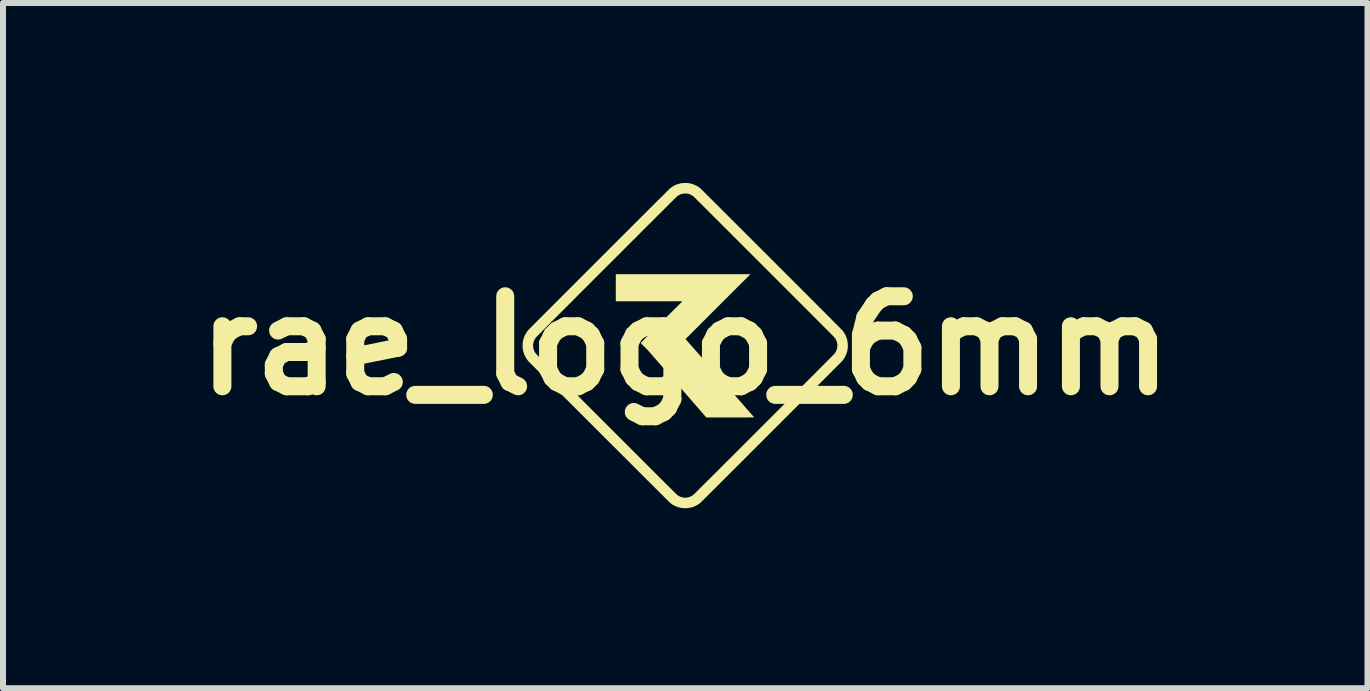
<source format=kicad_pcb>
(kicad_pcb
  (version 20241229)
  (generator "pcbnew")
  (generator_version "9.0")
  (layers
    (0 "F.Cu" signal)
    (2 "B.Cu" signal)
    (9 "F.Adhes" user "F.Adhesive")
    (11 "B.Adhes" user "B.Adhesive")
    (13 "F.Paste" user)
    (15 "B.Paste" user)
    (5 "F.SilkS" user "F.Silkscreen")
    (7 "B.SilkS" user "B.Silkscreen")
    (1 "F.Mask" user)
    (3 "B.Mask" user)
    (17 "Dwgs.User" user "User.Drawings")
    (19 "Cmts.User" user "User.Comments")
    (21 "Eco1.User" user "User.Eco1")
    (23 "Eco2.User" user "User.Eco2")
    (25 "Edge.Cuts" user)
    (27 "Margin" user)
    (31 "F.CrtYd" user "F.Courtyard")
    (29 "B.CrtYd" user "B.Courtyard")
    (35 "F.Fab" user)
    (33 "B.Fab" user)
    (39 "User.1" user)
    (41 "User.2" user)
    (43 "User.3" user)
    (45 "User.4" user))
  (footprint "rae_logo_6mm"
    (layer "F.Cu")
    (at 8.371 2.71)
    (property "Reference" "rae_logo_6mm" (at 0 0 0) (layer "F.SilkS") (effects (font (size 1.5 1.5) (thickness 0.3))))
    (attr board_only exclude_from_pos_files exclude_from_bom)
    (fp_poly (pts (xy 0.546 -0.65) (xy 0.005 -0.109) (xy 0.576 0.542) (xy 0.606 0.577) (xy 0.636 0.61) (xy 0.665 0.644) (xy 0.694 0.676) (xy 0.722 0.709) (xy 0.75 0.74) (xy 0.777 0.771) (xy 0.803 0.801) (xy 0.829 0.831) (xy 0.854 0.859) (xy 0.878 0.887) (xy 0.902 0.914) (xy 0.925 0.94) (xy 0.947 0.965) (xy 0.968 0.989) (xy 0.988 1.012) (xy 1.007 1.034) (xy 1.025 1.054) (xy 1.042 1.074) (xy 1.058 1.092) (xy 1.072 1.108) (xy 1.086 1.124) (xy 1.098 1.138) (xy 1.109 1.151) (xy 1.119 1.162) (xy 1.128 1.172) (xy 1.135 1.18) (xy 1.14 1.186) (xy 1.145 1.191) (xy 1.147 1.194) (xy 1.148 1.195) (xy 1.148 1.196) (xy 1.149 1.196) (xy 1.148 1.196) (xy 1.148 1.196) (xy 1.147 1.196) (xy 1.146 1.196) (xy 1.144 1.197) (xy 1.142 1.197) (xy 1.139 1.197) (xy 1.135 1.197) (xy 1.13 1.197) (xy 1.125 1.197) (xy 1.118 1.197) (xy 1.111 1.197) (xy 1.102 1.197) (xy 1.093 1.197) (xy 1.081 1.197) (xy 1.069 1.197) (xy 1.055 1.197) (xy 1.04 1.198) (xy 1.023 1.198) (xy 1.005 1.198) (xy 0.984 1.198) (xy 0.962 1.198) (xy 0.938 1.198) (xy 0.913 1.198) (xy 0.885 1.198) (xy 0.855 1.198) (xy 0.823 1.198) (xy 0.788 1.198) (xy 0.752 1.198) (xy 0.75 1.198) (xy 0.351 1.198) (xy -0.136 0.637) (xy -0.623 0.077) (xy -0.683 0.017) (xy -0.743 -0.043) (xy -0.395 -0.391) (xy -0.046 -0.739) (xy -0.602 -0.739) (xy -1.157 -0.739) (xy -1.157 -0.965) (xy -1.157 -1.19) (xy -0.035 -1.19) (xy 1.087 -1.19)) (stroke (width 0) (type solid)) (fill yes) (layer "F.SilkS"))
    (fp_poly (pts (xy 0.013 -2.71) (xy 0.023 -2.71) (xy 0.032 -2.71) (xy 0.04 -2.709) (xy 0.043 -2.709) (xy 0.075 -2.704) (xy 0.105 -2.697) (xy 0.135 -2.687) (xy 0.163 -2.676) (xy 0.19 -2.663) (xy 0.217 -2.647) (xy 0.242 -2.629) (xy 0.249 -2.624) (xy 0.25 -2.622) (xy 0.254 -2.619) (xy 0.258 -2.615) (xy 0.265 -2.609) (xy 0.273 -2.601) (xy 0.282 -2.592) (xy 0.293 -2.581) (xy 0.305 -2.569) (xy 0.319 -2.555) (xy 0.334 -2.54) (xy 0.35 -2.524) (xy 0.368 -2.506) (xy 0.387 -2.487) (xy 0.407 -2.467) (xy 0.428 -2.446) (xy 0.451 -2.424) (xy 0.474 -2.4) (xy 0.499 -2.376) (xy 0.524 -2.35) (xy 0.551 -2.324) (xy 0.578 -2.297) (xy 0.607 -2.268) (xy 0.636 -2.239) (xy 0.666 -2.209) (xy 0.697 -2.178) (xy 0.729 -2.146) (xy 0.761 -2.114) (xy 0.794 -2.081) (xy 0.828 -2.047) (xy 0.862 -2.013) (xy 0.897 -1.978) (xy 0.933 -1.943) (xy 0.969 -1.907) (xy 1.005 -1.87) (xy 1.042 -1.834) (xy 1.079 -1.796) (xy 1.117 -1.759) (xy 1.155 -1.721) (xy 1.193 -1.683) (xy 1.231 -1.644) (xy 1.27 -1.606) (xy 1.309 -1.567) (xy 1.348 -1.528) (xy 1.387 -1.489) (xy 1.426 -1.45) (xy 1.465 -1.411) (xy 1.504 -1.372) (xy 1.542 -1.333) (xy 1.581 -1.294) (xy 1.62 -1.256) (xy 1.658 -1.217) (xy 1.697 -1.179) (xy 1.735 -1.141) (xy 1.773 -1.103) (xy 1.81 -1.066) (xy 1.847 -1.029) (xy 1.884 -0.992) (xy 1.92 -0.956) (xy 1.956 -0.92) (xy 1.991 -0.885) (xy 2.026 -0.85) (xy 2.06 -0.816) (xy 2.093 -0.782) (xy 2.126 -0.749) (xy 2.158 -0.717) (xy 2.189 -0.686) (xy 2.22 -0.655) (xy 2.25 -0.625) (xy 2.279 -0.596) (xy 2.307 -0.568) (xy 2.334 -0.541) (xy 2.36 -0.515) (xy 2.385 -0.49) (xy 2.409 -0.465) (xy 2.432 -0.442) (xy 2.454 -0.42) (xy 2.475 -0.399) (xy 2.494 -0.38) (xy 2.513 -0.361) (xy 2.53 -0.344) (xy 2.546 -0.328) (xy 2.56 -0.314) (xy 2.573 -0.3) (xy 2.585 -0.289) (xy 2.595 -0.278) (xy 2.604 -0.27) (xy 2.611 -0.262) (xy 2.617 -0.256) (xy 2.621 -0.252) (xy 2.623 -0.25) (xy 2.624 -0.249) (xy 2.642 -0.223) (xy 2.659 -0.197) (xy 2.673 -0.17) (xy 2.685 -0.142) (xy 2.695 -0.113) (xy 2.702 -0.083) (xy 2.707 -0.053) (xy 2.71 -0.022) (xy 2.71 -0.011) (xy 2.71 0.02) (xy 2.708 0.05) (xy 2.703 0.08) (xy 2.696 0.11) (xy 2.686 0.139) (xy 2.674 0.167) (xy 2.66 0.194) (xy 2.644 0.221) (xy 2.626 0.246) (xy 2.624 0.249) (xy 2.622 0.25) (xy 2.619 0.254) (xy 2.615 0.258) (xy 2.609 0.265) (xy 2.601 0.273) (xy 2.592 0.282) (xy 2.581 0.293) (xy 2.569 0.305) (xy 2.555 0.319) (xy 2.54 0.334) (xy 2.524 0.35) (xy 2.506 0.368) (xy 2.487 0.387) (xy 2.467 0.407) (xy 2.446 0.428) (xy 2.424 0.451) (xy 2.401 0.474) (xy 2.376 0.499) (xy 2.351 0.524) (xy 2.324 0.551) (xy 2.297 0.578) (xy 2.268 0.607) (xy 2.239 0.636) (xy 2.209 0.666) (xy 2.178 0.697) (xy 2.146 0.729) (xy 2.114 0.761) (xy 2.081 0.794) (xy 2.047 0.828) (xy 2.013 0.862) (xy 1.978 0.897) (xy 1.943 0.933) (xy 1.907 0.969) (xy 1.87 1.005) (xy 1.834 1.042) (xy 1.796 1.079) (xy 1.759 1.117) (xy 1.721 1.155) (xy 1.683 1.193) (xy 1.644 1.231) (xy 1.606 1.27) (xy 1.567 1.309) (xy 1.528 1.347) (xy 1.489 1.386) (xy 1.45 1.425) (xy 1.411 1.464) (xy 1.372 1.503) (xy 1.333 1.542) (xy 1.295 1.581) (xy 1.256 1.62) (xy 1.217 1.658) (xy 1.179 1.697) (xy 1.141 1.735) (xy 1.103 1.772) (xy 1.066 1.81) (xy 1.029 1.847) (xy 0.992 1.884) (xy 0.956 1.92) (xy 0.92 1.956) (xy 0.885 1.991) (xy 0.85 2.025) (xy 0.816 2.06) (xy 0.782 2.093) (xy 0.749 2.126) (xy 0.717 2.158) (xy 0.686 2.189) (xy 0.655 2.22) (xy 0.625 2.25) (xy 0.596 2.279) (xy 0.568 2.307) (xy 0.541 2.334) (xy 0.515 2.36) (xy 0.49 2.385) (xy 0.465 2.409) (xy 0.442 2.432) (xy 0.42 2.454) (xy 0.399 2.475) (xy 0.38 2.494) (xy 0.361 2.513) (xy 0.344 2.53) (xy 0.328 2.546) (xy 0.314 2.56) (xy 0.301 2.573) (xy 0.289 2.585) (xy 0.278 2.595) (xy 0.27 2.604) (xy 0.262 2.611) (xy 0.256 2.617) (xy 0.252 2.621) (xy 0.25 2.623) (xy 0.249 2.624) (xy 0.224 2.642) (xy 0.197 2.659) (xy 0.17 2.673) (xy 0.142 2.685) (xy 0.113 2.695) (xy 0.083 2.702) (xy 0.052 2.707) (xy 0.032 2.71) (xy 0.026 2.71) (xy 0.018 2.71) (xy 0.009 2.711) (xy -0.000387 2.711) (xy -0.009 2.711) (xy -0.018 2.711) (xy -0.024 2.71) (xy -0.027 2.71) (xy -0.059 2.706) (xy -0.089 2.701) (xy -0.118 2.693) (xy -0.147 2.683) (xy -0.174 2.671) (xy -0.201 2.657) (xy -0.227 2.64) (xy -0.251 2.622) (xy -0.252 2.621) (xy -0.255 2.618) (xy -0.26 2.614) (xy -0.266 2.608) (xy -0.273 2.6) (xy -0.282 2.591) (xy -0.293 2.581) (xy -0.305 2.569) (xy -0.319 2.555) (xy -0.334 2.54) (xy -0.35 2.524) (xy -0.367 2.507) (xy -0.386 2.488) (xy -0.406 2.469) (xy -0.427 2.448) (xy -0.449 2.425) (xy -0.472 2.402) (xy -0.497 2.378) (xy -0.522 2.352) (xy -0.548 2.326) (xy -0.576 2.299) (xy -0.604 2.271) (xy -0.633 2.242) (xy -0.663 2.212) (xy -0.694 2.181) (xy -0.725 2.15) (xy -0.758 2.117) (xy -0.79 2.085) (xy -0.824 2.051) (xy -0.858 2.017) (xy -0.893 1.982) (xy -0.928 1.947) (xy -0.964 1.911) (xy -1 1.875) (xy -1.037 1.838) (xy -1.074 1.801) (xy -1.111 1.764) (xy -1.149 1.726) (xy -1.187 1.688) (xy -1.225 1.65) (xy -1.264 1.612) (xy -1.302 1.573) (xy -1.341 1.535) (xy -1.38 1.496) (xy -1.419 1.457) (xy -1.458 1.418) (xy -1.497 1.379) (xy -1.535 1.341) (xy -1.574 1.302) (xy -1.613 1.263) (xy -1.651 1.225) (xy -1.689 1.187) (xy -1.727 1.149) (xy -1.765 1.111) (xy -1.802 1.074) (xy -1.839 1.037) (xy -1.875 1.001) (xy -1.912 0.964) (xy -1.947 0.929) (xy -1.982 0.894) (xy -2.017 0.859) (xy -2.051 0.825) (xy -2.084 0.792) (xy -2.117 0.759) (xy -2.149 0.727) (xy -2.18 0.696) (xy -2.211 0.665) (xy -2.24 0.636) (xy -2.269 0.607) (xy -2.297 0.579) (xy -2.324 0.552) (xy -2.35 0.526) (xy -2.375 0.5) (xy -2.399 0.476) (xy -2.422 0.453) (xy -2.444 0.431) (xy -2.465 0.411) (xy -2.484 0.391) (xy -2.503 0.373) (xy -2.52 0.356) (xy -2.535 0.34) (xy -2.55 0.326) (xy -2.563 0.312) (xy -2.574 0.301) (xy -2.585 0.29) (xy -2.593 0.282) (xy -2.6 0.274) (xy -2.606 0.269) (xy -2.61 0.265) (xy -2.612 0.262) (xy -2.613 0.262) (xy -2.632 0.238) (xy -2.65 0.212) (xy -2.665 0.186) (xy -2.678 0.159) (xy -2.689 0.13) (xy -2.698 0.1) (xy -2.705 0.069) (xy -2.709 0.043) (xy -2.709 0.036) (xy -2.71 0.027) (xy -2.71 0.017) (xy -2.71 0.011) (xy -2.535 0.011) (xy -2.533 0.032) (xy -2.528 0.054) (xy -2.522 0.075) (xy -2.513 0.096) (xy -2.502 0.116) (xy -2.488 0.135) (xy -2.488 0.136) (xy -2.487 0.137) (xy -2.484 0.14) (xy -2.479 0.145) (xy -2.473 0.151) (xy -2.465 0.159) (xy -2.455 0.169) (xy -2.444 0.181) (xy -2.431 0.194) (xy -2.416 0.208) (xy -2.4 0.225) (xy -2.382 0.243) (xy -2.362 0.263) (xy -2.341 0.284) (xy -2.318 0.307) (xy -2.293 0.332) (xy -2.267 0.358) (xy -2.239 0.386) (xy -2.21 0.415) (xy -2.179 0.447) (xy -2.146 0.479) (xy -2.112 0.514) (xy -2.076 0.55) (xy -2.039 0.587) (xy -1.999 0.626) (xy -1.959 0.667) (xy -1.917 0.709) (xy -1.873 0.753) (xy -1.827 0.798) (xy -1.78 0.845) (xy -1.732 0.894) (xy -1.682 0.944) (xy -1.63 0.996) (xy -1.577 1.049) (xy -1.522 1.104) (xy -1.466 1.16) (xy -1.408 1.218) (xy -1.349 1.277) (xy -1.312 1.314) (xy -1.257 1.369) (xy -1.203 1.423) (xy -1.15 1.476) (xy -1.099 1.527) (xy -1.05 1.576) (xy -1.003 1.623) (xy -0.957 1.669) (xy -0.912 1.714) (xy -0.869 1.757) (xy -0.828 1.798) (xy -0.787 1.838) (xy -0.749 1.877) (xy -0.712 1.914) (xy -0.676 1.95) (xy -0.642 1.984) (xy -0.609 2.017) (xy -0.577 2.049) (xy -0.547 2.079) (xy -0.518 2.108) (xy -0.49 2.136) (xy -0.463 2.162) (xy -0.438 2.188) (xy -0.414 2.212) (xy -0.391 2.235) (xy -0.369 2.256) (xy -0.348 2.277) (xy -0.329 2.297) (xy -0.31 2.315) (xy -0.293 2.332) (xy -0.276 2.349) (xy -0.261 2.364) (xy -0.247 2.378) (xy -0.233 2.391) (xy -0.221 2.404) (xy -0.209 2.415) (xy -0.199 2.426) (xy -0.189 2.435) (xy -0.18 2.444) (xy -0.172 2.452) (xy -0.165 2.459) (xy -0.159 2.465) (xy -0.153 2.471) (xy -0.148 2.476) (xy -0.144 2.48) (xy -0.14 2.483) (xy -0.138 2.486) (xy -0.136 2.488) (xy -0.134 2.489) (xy -0.133 2.49) (xy -0.133 2.49) (xy -0.123 2.497) (xy -0.113 2.503) (xy -0.103 2.509) (xy -0.093 2.514) (xy -0.093 2.514) (xy -0.072 2.523) (xy -0.05 2.529) (xy -0.028 2.534) (xy -0.006 2.535) (xy 0.017 2.535) (xy 0.02 2.534) (xy 0.042 2.531) (xy 0.064 2.525) (xy 0.085 2.518) (xy 0.106 2.507) (xy 0.126 2.495) (xy 0.136 2.488) (xy 0.137 2.487) (xy 0.14 2.484) (xy 0.144 2.479) (xy 0.151 2.473) (xy 0.158 2.466) (xy 0.168 2.457) (xy 0.178 2.446) (xy 0.19 2.434) (xy 0.204 2.421) (xy 0.219 2.406) (xy 0.235 2.39) (xy 0.252 2.372) (xy 0.271 2.354) (xy 0.291 2.334) (xy 0.312 2.313) (xy 0.335 2.29) (xy 0.358 2.267) (xy 0.382 2.243) (xy 0.408 2.218) (xy 0.434 2.191) (xy 0.461 2.164) (xy 0.49 2.136) (xy 0.519 2.107) (xy 0.549 2.077) (xy 0.58 2.046) (xy 0.611 2.015) (xy 0.643 1.982) (xy 0.676 1.949) (xy 0.71 1.916) (xy 0.744 1.882) (xy 0.779 1.847) (xy 0.814 1.812) (xy 0.85 1.776) (xy 0.886 1.74) (xy 0.923 1.703) (xy 0.96 1.666) (xy 0.997 1.629) (xy 1.035 1.591) (xy 1.073 1.553) (xy 1.111 1.515) (xy 1.149 1.477) (xy 1.188 1.438) (xy 1.226 1.4) (xy 1.265 1.361) (xy 1.304 1.322) (xy 1.343 1.283) (xy 1.382 1.245) (xy 1.42 1.206) (xy 1.459 1.167) (xy 1.497 1.129) (xy 1.536 1.09) (xy 1.574 1.052) (xy 1.611 1.015) (xy 1.649 0.977) (xy 1.686 0.94) (xy 1.723 0.903) (xy 1.759 0.867) (xy 1.795 0.831) (xy 1.831 0.795) (xy 1.866 0.76) (xy 1.9 0.726) (xy 1.934 0.692) (xy 1.967 0.659) (xy 2 0.626) (xy 2.031 0.594) (xy 2.062 0.563) (xy 2.093 0.533) (xy 2.122 0.503) (xy 2.151 0.475) (xy 2.179 0.447) (xy 2.205 0.42) (xy 2.231 0.394) (xy 2.256 0.369) (xy 2.28 0.345) (xy 2.302 0.323) (xy 2.324 0.301) (xy 2.344 0.28) (xy 2.364 0.261) (xy 2.382 0.243) (xy 2.398 0.226) (xy 2.414 0.211) (xy 2.428 0.197) (xy 2.441 0.184) (xy 2.452 0.172) (xy 2.462 0.162) (xy 2.47 0.154) (xy 2.477 0.147) (xy 2.482 0.142) (xy 2.486 0.138) (xy 2.488 0.136) (xy 2.488 0.136) (xy 2.501 0.117) (xy 2.512 0.097) (xy 2.521 0.077) (xy 2.528 0.056) (xy 2.533 0.035) (xy 2.535 0.013) (xy 2.535 -0.008) (xy 2.535 -0.016) (xy 2.532 -0.038) (xy 2.527 -0.059) (xy 2.521 -0.079) (xy 2.512 -0.098) (xy 2.501 -0.117) (xy 2.49 -0.133) (xy 2.489 -0.134) (xy 2.488 -0.136) (xy 2.486 -0.138) (xy 2.483 -0.14) (xy 2.48 -0.144) (xy 2.476 -0.148) (xy 2.471 -0.153) (xy 2.466 -0.158) (xy 2.459 -0.165) (xy 2.452 -0.172) (xy 2.444 -0.18) (xy 2.436 -0.189) (xy 2.426 -0.198) (xy 2.416 -0.209) (xy 2.404 -0.221) (xy 2.392 -0.233) (xy 2.379 -0.246) (xy 2.364 -0.261) (xy 2.349 -0.276) (xy 2.333 -0.292) (xy 2.315 -0.31) (xy 2.297 -0.328) (xy 2.278 -0.348) (xy 2.257 -0.368) (xy 2.235 -0.39) (xy 2.212 -0.413) (xy 2.188 -0.437) (xy 2.163 -0.462) (xy 2.137 -0.489) (xy 2.109 -0.517) (xy 2.08 -0.546) (xy 2.05 -0.576) (xy 2.018 -0.608) (xy 1.985 -0.641) (xy 1.951 -0.675) (xy 1.915 -0.711) (xy 1.878 -0.748) (xy 1.84 -0.786) (xy 1.8 -0.826) (xy 1.758 -0.868) (xy 1.715 -0.911) (xy 1.671 -0.955) (xy 1.625 -1.001) (xy 1.577 -1.049) (xy 1.528 -1.098) (xy 1.477 -1.149) (xy 1.425 -1.201) (xy 1.371 -1.255) (xy 1.315 -1.311) (xy 1.314 -1.312) (xy 1.253 -1.373) (xy 1.195 -1.431) (xy 1.137 -1.489) (xy 1.082 -1.544) (xy 1.027 -1.598) (xy 0.975 -1.651) (xy 0.924 -1.702) (xy 0.874 -1.752) (xy 0.826 -1.799) (xy 0.78 -1.846) (xy 0.735 -1.891) (xy 0.692 -1.934) (xy 0.65 -1.975) (xy 0.61 -2.015) (xy 0.572 -2.054) (xy 0.535 -2.091) (xy 0.5 -2.126) (xy 0.466 -2.159) (xy 0.434 -2.191) (xy 0.403 -2.222) (xy 0.375 -2.251) (xy 0.347 -2.278) (xy 0.322 -2.303) (xy 0.298 -2.327) (xy 0.275 -2.35) (xy 0.255 -2.37) (xy 0.236 -2.389) (xy 0.218 -2.406) (xy 0.202 -2.422) (xy 0.188 -2.436) (xy 0.176 -2.449) (xy 0.165 -2.459) (xy 0.156 -2.468) (xy 0.148 -2.476) (xy 0.143 -2.481) (xy 0.139 -2.485) (xy 0.136 -2.487) (xy 0.136 -2.488) (xy 0.116 -2.501) (xy 0.096 -2.513) (xy 0.075 -2.522) (xy 0.054 -2.529) (xy 0.032 -2.533) (xy 0.01 -2.535) (xy -0.013 -2.535) (xy -0.036 -2.532) (xy -0.037 -2.532) (xy -0.058 -2.527) (xy -0.078 -2.521) (xy -0.098 -2.512) (xy -0.118 -2.5) (xy -0.131 -2.491) (xy -0.132 -2.491) (xy -0.133 -2.49) (xy -0.134 -2.488) (xy -0.136 -2.487) (xy -0.139 -2.485) (xy -0.141 -2.482) (xy -0.145 -2.479) (xy -0.148 -2.475) (xy -0.152 -2.471) (xy -0.157 -2.467) (xy -0.163 -2.461) (xy -0.169 -2.456) (xy -0.175 -2.449) (xy -0.182 -2.442) (xy -0.19 -2.434) (xy -0.199 -2.426) (xy -0.208 -2.416) (xy -0.218 -2.406) (xy -0.229 -2.396) (xy -0.241 -2.384) (xy -0.253 -2.372) (xy -0.267 -2.358) (xy -0.281 -2.344) (xy -0.296 -2.329) (xy -0.312 -2.313) (xy -0.329 -2.296) (xy -0.347 -2.278) (xy -0.366 -2.259) (xy -0.386 -2.239) (xy -0.407 -2.218) (xy -0.429 -2.196) (xy -0.453 -2.173) (xy -0.477 -2.149) (xy -0.503 -2.123) (xy -0.529 -2.096) (xy -0.557 -2.068) (xy -0.586 -2.039) (xy -0.617 -2.009) (xy -0.649 -1.977) (xy -0.682 -1.944) (xy -0.716 -1.91) (xy -0.752 -1.874) (xy -0.789 -1.837) (xy -0.827 -1.798) (xy -0.867 -1.759) (xy -0.909 -1.717) (xy -0.952 -1.674) (xy -0.996 -1.63) (xy -1.042 -1.584) (xy -1.089 -1.536) (xy -1.139 -1.487) (xy -1.189 -1.437) (xy -1.242 -1.384) (xy -1.296 -1.33) (xy -1.312 -1.314) (xy -1.372 -1.254) (xy -1.431 -1.195) (xy -1.488 -1.138) (xy -1.544 -1.082) (xy -1.598 -1.028) (xy -1.651 -0.975) (xy -1.702 -0.924) (xy -1.751 -0.875) (xy -1.799 -0.827) (xy -1.845 -0.78) (xy -1.89 -0.735) (xy -1.933 -0.692) (xy -1.975 -0.651) (xy -2.015 -0.61) (xy -2.054 -0.572) (xy -2.09 -0.535) (xy -2.126 -0.5) (xy -2.159 -0.466) (xy -2.191 -0.434) (xy -2.222 -0.404) (xy -2.251 -0.375) (xy -2.278 -0.347) (xy -2.303 -0.322) (xy -2.327 -0.298) (xy -2.349 -0.275) (xy -2.37 -0.255) (xy -2.389 -0.236) (xy -2.406 -0.218) (xy -2.422 -0.202) (xy -2.436 -0.188) (xy -2.448 -0.176) (xy -2.459 -0.165) (xy -2.468 -0.156) (xy -2.476 -0.148) (xy -2.481 -0.143) (xy -2.485 -0.139) (xy -2.487 -0.136) (xy -2.488 -0.136) (xy -2.501 -0.116) (xy -2.513 -0.096) (xy -2.522 -0.075) (xy -2.528 -0.054) (xy -2.533 -0.033) (xy -2.535 -0.011) (xy -2.535 0.011) (xy -2.71 0.011) (xy -2.71 0.005) (xy -2.71 -0.006) (xy -2.71 -0.018) (xy -2.71 -0.029) (xy -2.709 -0.038) (xy -2.708 -0.046) (xy -2.708 -0.049) (xy -2.703 -0.08) (xy -2.695 -0.11) (xy -2.686 -0.14) (xy -2.674 -0.168) (xy -2.66 -0.195) (xy -2.644 -0.221) (xy -2.626 -0.246) (xy -2.614 -0.261) (xy -2.613 -0.262) (xy -2.61 -0.265) (xy -2.605 -0.269) (xy -2.599 -0.276) (xy -2.591 -0.283) (xy -2.582 -0.293) (xy -2.571 -0.304) (xy -2.559 -0.316) (xy -2.545 -0.33) (xy -2.53 -0.345) (xy -2.514 -0.362) (xy -2.496 -0.379) (xy -2.476 -0.399) (xy -2.456 -0.419) (xy -2.434 -0.441) (xy -2.411 -0.464) (xy -2.387 -0.488) (xy -2.362 -0.514) (xy -2.335 -0.54) (xy -2.307 -0.568) (xy -2.279 -0.597) (xy -2.249 -0.627) (xy -2.218 -0.657) (xy -2.186 -0.689) (xy -2.154 -0.722) (xy -2.12 -0.756) (xy -2.086 -0.79) (xy -2.05 -0.826) (xy -2.014 -0.862) (xy -1.977 -0.899) (xy -1.939 -0.937) (xy -1.901 -0.975) (xy -1.861 -1.014) (xy -1.822 -1.054) (xy -1.781 -1.095) (xy -1.74 -1.136) (xy -1.698 -1.178) (xy -1.656 -1.22) (xy -1.613 -1.263) (xy -1.57 -1.306) (xy -1.526 -1.35) (xy -1.482 -1.394) (xy -1.437 -1.439) (xy -1.433 -1.443) (xy -1.375 -1.501) (xy -1.319 -1.556) (xy -1.265 -1.611) (xy -1.213 -1.663) (xy -1.162 -1.714) (xy -1.113 -1.763) (xy -1.065 -1.811) (xy -1.019 -1.857) (xy -0.974 -1.901) (xy -0.931 -1.944) (xy -0.89 -1.986) (xy -0.85 -2.026) (xy -0.811 -2.064) (xy -0.774 -2.101) (xy -0.738 -2.137) (xy -0.704 -2.171) (xy -0.671 -2.204) (xy -0.64 -2.235) (xy -0.61 -2.265) (xy -0.581 -2.294) (xy -0.554 -2.321) (xy -0.528 -2.347) (xy -0.503 -2.372) (xy -0.479 -2.396) (xy -0.457 -2.418) (xy -0.436 -2.439) (xy -0.416 -2.458) (xy -0.398 -2.477) (xy -0.38 -2.494) (xy -0.364 -2.51) (xy -0.349 -2.525) (xy -0.335 -2.539) (xy -0.322 -2.552) (xy -0.311 -2.563) (xy -0.3 -2.574) (xy -0.29 -2.583) (xy -0.282 -2.592) (xy -0.274 -2.599) (xy -0.268 -2.606) (xy -0.262 -2.611) (xy -0.258 -2.615) (xy -0.254 -2.619) (xy -0.252 -2.622) (xy -0.25 -2.623) (xy -0.249 -2.624) (xy -0.224 -2.642) (xy -0.198 -2.659) (xy -0.171 -2.673) (xy -0.143 -2.685) (xy -0.113 -2.694) (xy -0.083 -2.702) (xy -0.052 -2.708) (xy -0.043 -2.709) (xy -0.037 -2.709) (xy -0.029 -2.71) (xy -0.019 -2.71) (xy -0.009 -2.71) (xy 0.002 -2.71)) (stroke (width 0) (type solid)) (fill yes) (layer "F.SilkS")))
  (gr_rect
    (start -3 -3)
    (end 19.743 8.421)
    (stroke (width 0.1) (type default))
    (fill no)
    (layer "Edge.Cuts")))
</source>
